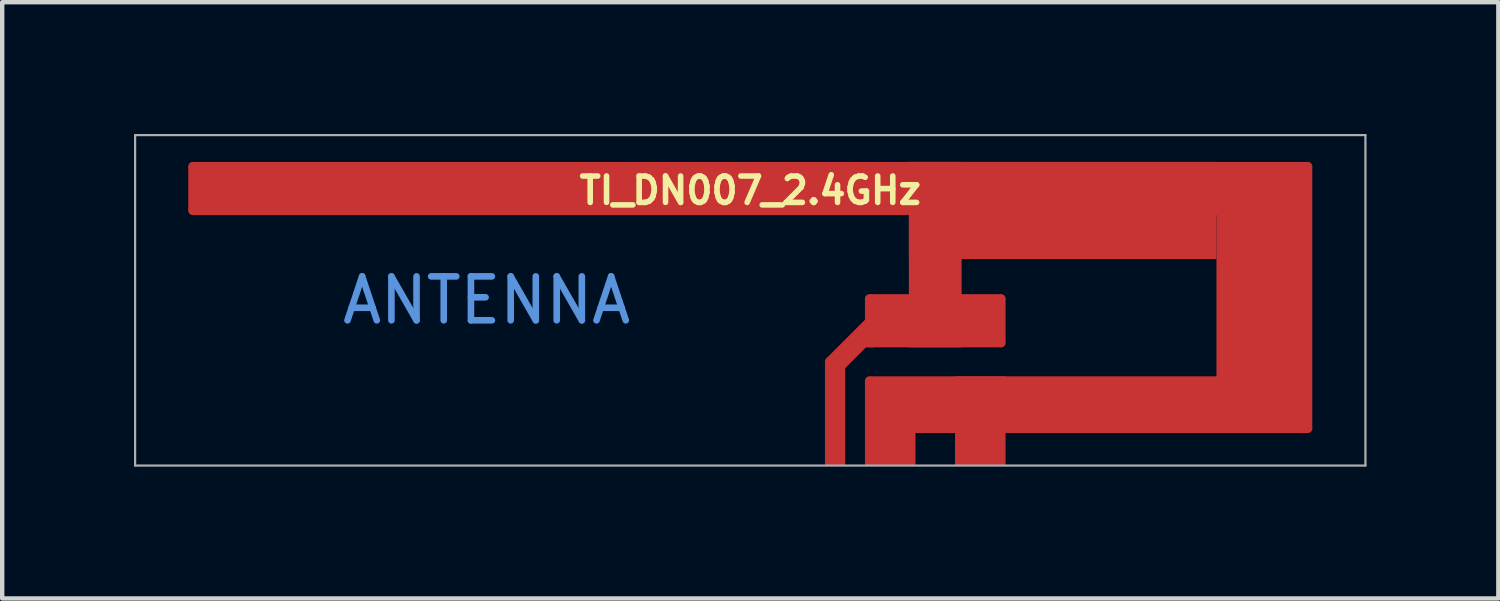
<source format=kicad_pcb>
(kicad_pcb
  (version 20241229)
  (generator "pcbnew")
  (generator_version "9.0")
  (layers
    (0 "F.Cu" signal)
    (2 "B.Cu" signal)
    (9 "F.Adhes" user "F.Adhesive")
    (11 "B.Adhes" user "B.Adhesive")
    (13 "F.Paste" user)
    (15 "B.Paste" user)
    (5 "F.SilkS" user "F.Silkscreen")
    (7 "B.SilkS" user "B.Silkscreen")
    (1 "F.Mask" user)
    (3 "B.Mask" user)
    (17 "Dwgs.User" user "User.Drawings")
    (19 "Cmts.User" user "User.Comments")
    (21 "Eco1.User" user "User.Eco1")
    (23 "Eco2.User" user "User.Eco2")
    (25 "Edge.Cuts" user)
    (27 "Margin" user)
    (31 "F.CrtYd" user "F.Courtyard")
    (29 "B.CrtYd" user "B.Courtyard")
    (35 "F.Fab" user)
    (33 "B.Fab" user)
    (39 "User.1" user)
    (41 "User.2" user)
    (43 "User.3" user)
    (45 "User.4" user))
  (footprint "TI_DN007_2.4GHz"
    (layer "F.Cu")
    (at 23.025 3.785)
    (property "Reference" "TI_DN007_2.4GHz" (at -9 -2.5 0) (layer "F.SilkS") (effects (font (size 0.6 0.6) (thickness 0.127))))
    (attr exclude_from_pos_files exclude_from_bom)
    (fp_line (start -23 -3.76) (end -23 3.76) (stroke (width 0.05) (type solid)) (layer "F.Fab"))
    (fp_line (start -23 -3.76) (end 5 -3.76) (stroke (width 0.05) (type solid)) (layer "F.Fab"))
    (fp_line (start 5 -3.76) (end 5 3.76) (stroke (width 0.05) (type solid)) (layer "F.Fab"))
    (fp_line (start 5 3.76) (end -23 3.76) (stroke (width 0.05) (type solid)) (layer "F.Fab"))
    (fp_text user "ANTENNA" (at -15 0 0) (layer "Cmts.User") (effects (font (size 1 1) (thickness 0.15))))
    (pad "1" connect circle (at -21.69 -3.05 315) (size 0.2 0.2) (layers "F.Cu"))
    (pad "1" connect circle (at -21.69 -2.04 315) (size 0.2 0.2) (layers "F.Cu"))
    (pad "1" connect rect (at -21 -2.545) (size 1.58 1.01) (layers "F.Cu"))
    (pad "1" connect rect (at -9 -2.545) (size 25.38 1.21) (layers "F.Cu"))
    (pad "1" connect circle (at -7.2 1.394 315) (size 0.2 0.2) (layers "F.Cu"))
    (pad "1" connect rect (at -6.668 1.046 315) (size 0.46 1.246) (layers "F.Cu"))
    (pad "1" connect circle (at -6.29 -0.04 315) (size 0.2 0.2) (layers "F.Cu"))
    (pad "1" connect rect (at -6.29 0.97) (size 0.2 0.2) (layers "F.Cu"))
    (pad "1" connect circle (at -6.29 1.83 315) (size 0.2 0.2) (layers "F.Cu"))
    (pad "1" connect rect (at -5.815 2.795) (size 1.15 1.93) (layers "F.Cu"))
    (pad "1" connect rect (at -4.79 -1.04) (size 1.2 4.22) (layers "F.Cu"))
    (pad "1" connect rect (at -4.79 0.465) (size 3 1.21) (layers "F.Cu"))
    (pad "1" connect rect (at -4.79 0.465) (size 3.2 1.01) (layers "F.Cu"))
    (pad "1" connect rect (at -3.765 2.745) (size 1.15 2.03) (layers "F.Cu"))
    (pad "1" connect circle (at -3.29 -0.04 315) (size 0.2 0.2) (layers "F.Cu"))
    (pad "1" connect circle (at -3.29 0.97 315) (size 0.2 0.2) (layers "F.Cu"))
    (pad "1" connect rect (at -1.89 -2.045) (size 7 2.21) (layers "F.Cu"))
    (pad "1" connect rect (at -1.3 2.375) (size 9.98 1.29) (layers "F.Cu"))
    (pad "1" connect rect (at 2.7 -0.065) (size 2.18 5.97) (layers "F.Cu"))
    (pad "1" connect circle (at 3.69 -3.05 315) (size 0.2 0.2) (layers "F.Cu"))
    (pad "1" connect circle (at 3.69 2.92 315) (size 0.2 0.2) (layers "F.Cu"))
    (pad "2" connect rect (at -7.07 2.577) (size 0.46 2.366) (layers "F.Cu")))
  (gr_rect
    (start -3 -3)
    (end 31.05 10.57)
    (stroke (width 0.1) (type default))
    (fill no)
    (layer "Edge.Cuts")))
</source>
